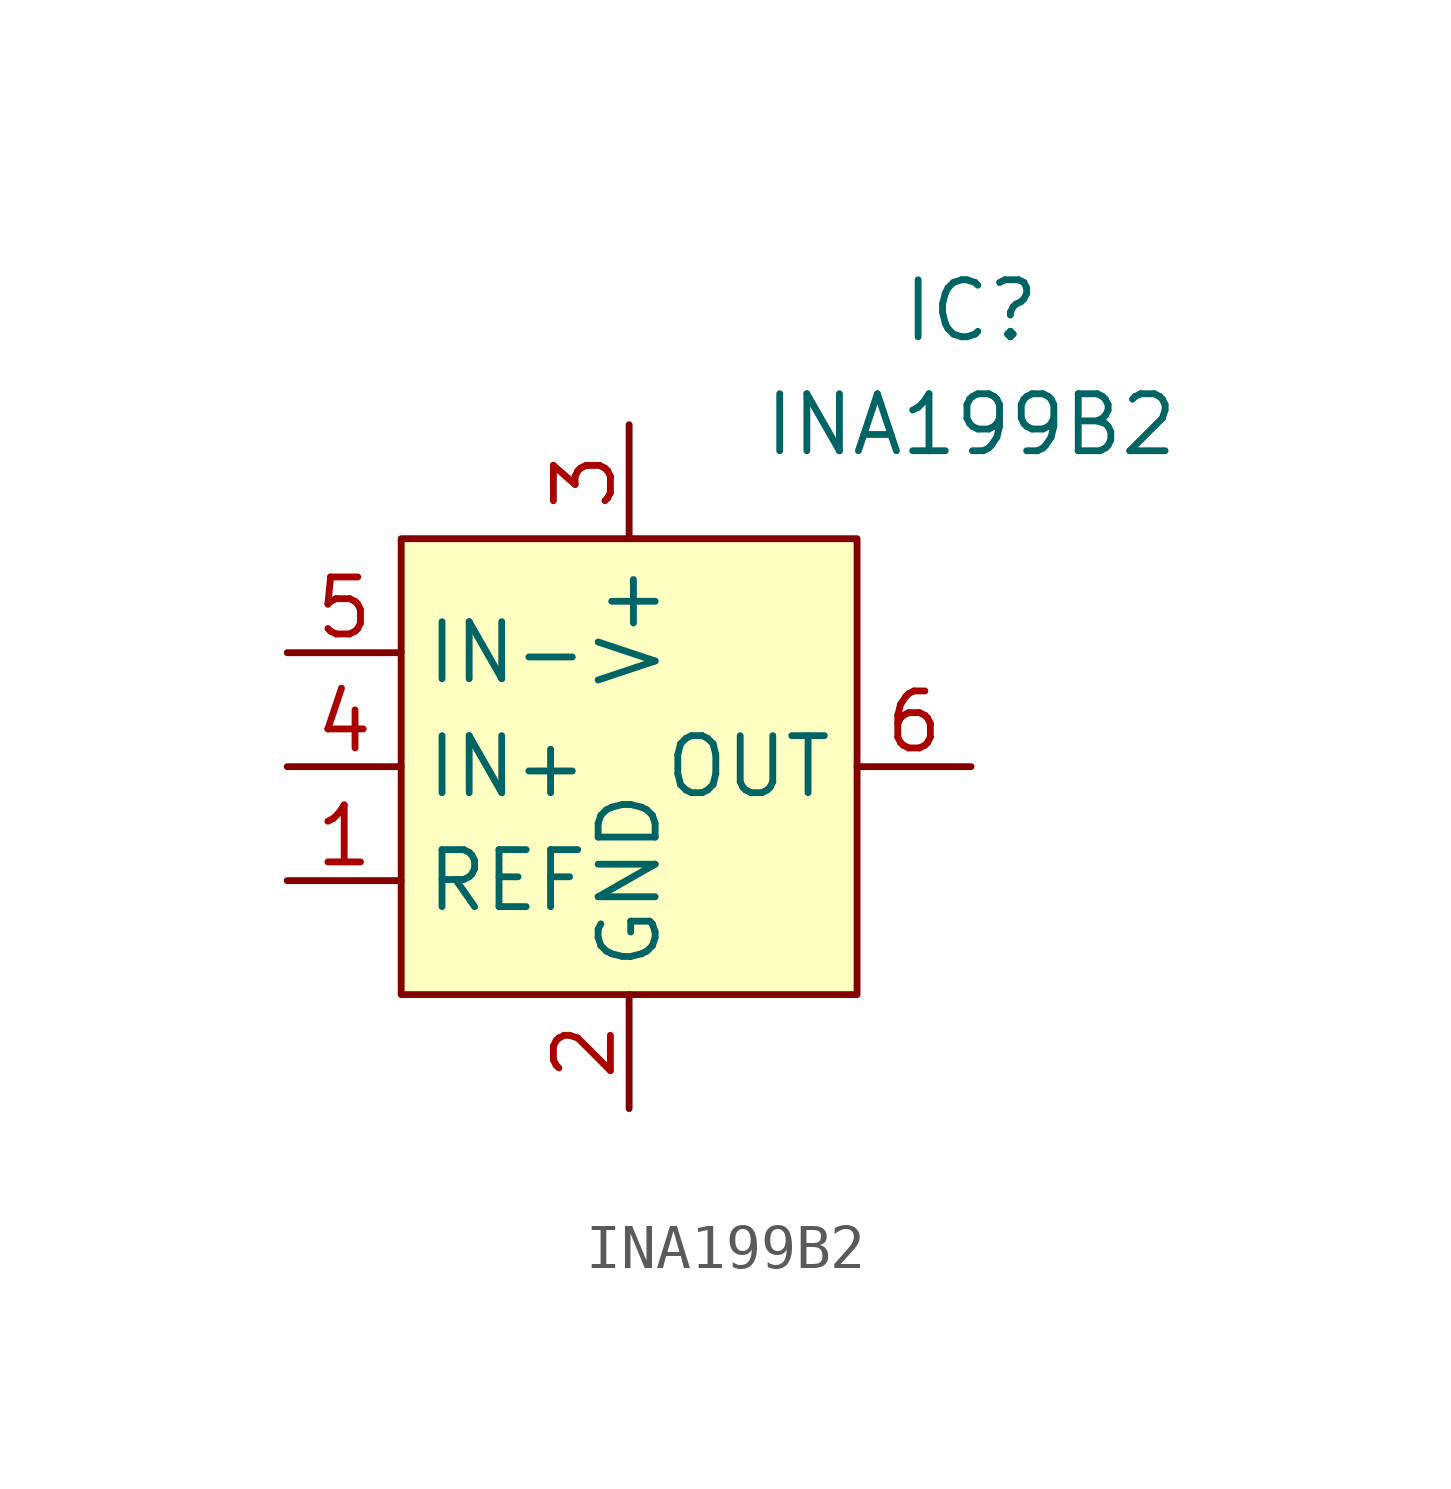
<source format=kicad_sym>
(kicad_symbol_lib
  (version 20220914)
  (generator kicad_symbol_editor)
  (symbol "INA199B2"
    (property "Reference" "IC"
      (at 7.62 10.16 0)
      (effects (font (size 1.27 1.27))))
    (property "Value" "INA199B2"
      (at 7.62 7.62 0)
      (effects (font (size 1.27 1.27))))
    (symbol "INA199B2_1_1"
      (rectangle (start -5.08 5.08) (end 5.08 -5.08) (stroke (width 0) (type default)) (fill (type background)))
      (pin input line (at -7.62 -2.54 0) (length 2.54) (name "REF" (effects (font (size 1.27 1.27)))) (number "1" (effects (font (size 1.27 1.27)))))
      (pin power_out line (at 0 -7.62 90) (length 2.54) (name "GND" (effects (font (size 1.27 1.27)))) (number "2" (effects (font (size 1.27 1.27)))))
      (pin power_in line (at 0 7.62 270) (length 2.54) (name "V+" (effects (font (size 1.27 1.27)))) (number "3" (effects (font (size 1.27 1.27)))))
      (pin input line (at -7.62 0 0) (length 2.54) (name "IN+" (effects (font (size 1.27 1.27)))) (number "4" (effects (font (size 1.27 1.27)))))
      (pin input line (at -7.62 2.54 0) (length 2.54) (name "IN-" (effects (font (size 1.27 1.27)))) (number "5" (effects (font (size 1.27 1.27)))))
      (pin output line (at 7.62 0 180) (length 2.54) (name "OUT" (effects (font (size 1.27 1.27)))) (number "6" (effects (font (size 1.27 1.27))))))))
</source>
